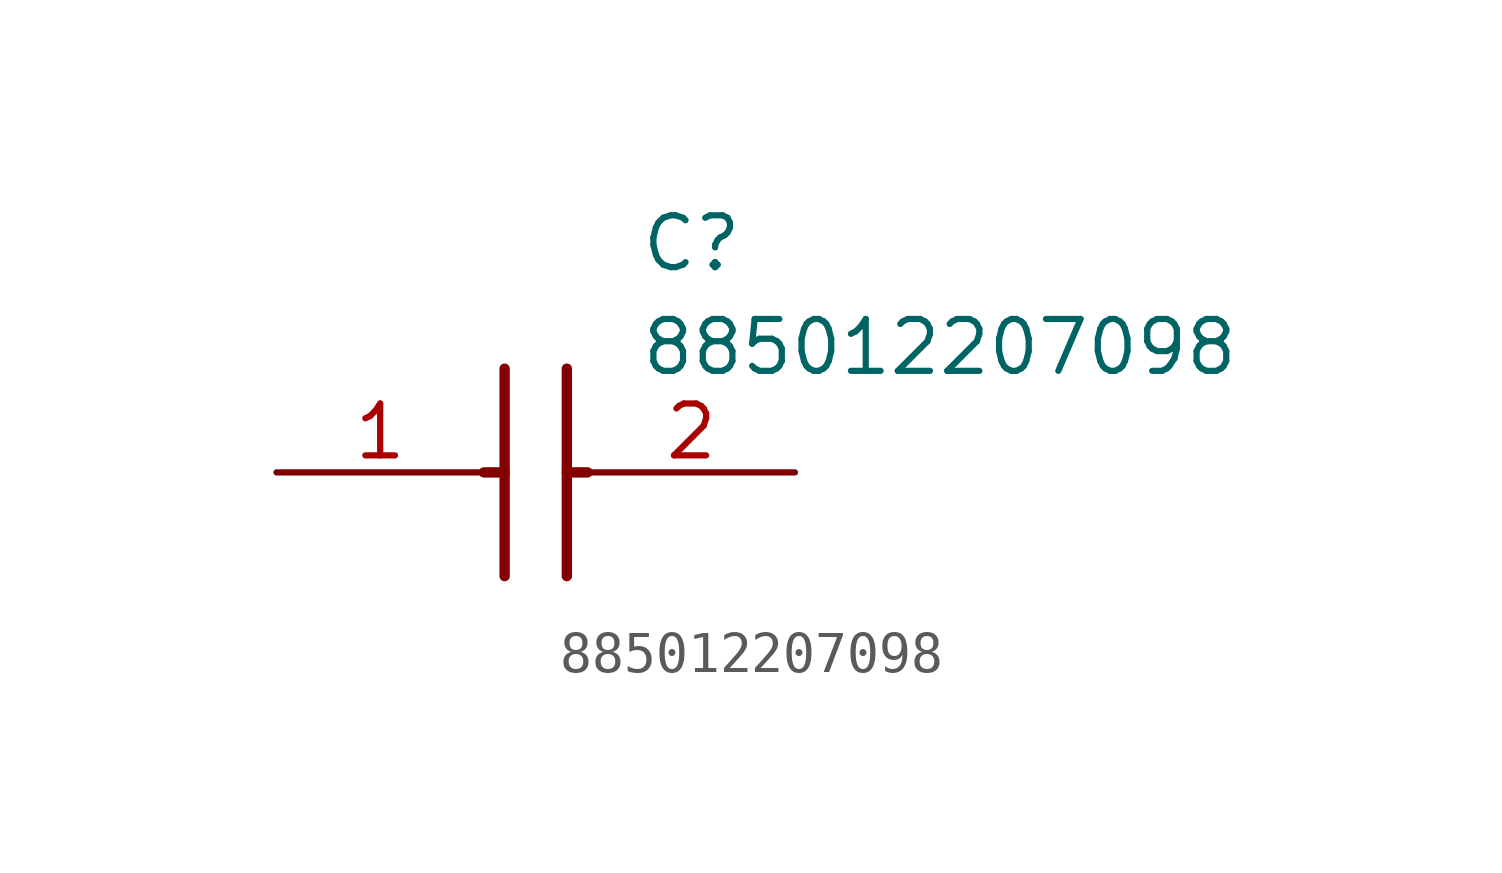
<source format=kicad_sym>
(kicad_symbol_lib
  (version 20211014)
  (generator SamacSys_ECAD_Model)
  (symbol "885012207098"
    (pin_names hide)
    (property "Reference" "C"
      (at 8.89 6.35 0)
      (effects (font (size 1.27 1.27)) (justify left top)))
    (property "Value" "885012207098"
      (at 8.89 3.81 0)
      (effects (font (size 1.27 1.27)) (justify left top)))
    (polyline
      (pts (xy 5.588 2.54) (xy 5.588 -2.54))
      (stroke (width 0.254) (type default))
      (fill (type none)))
    (polyline
      (pts (xy 7.112 2.54) (xy 7.112 -2.54))
      (stroke (width 0.254) (type default))
      (fill (type none)))
    (polyline
      (pts (xy 5.08 0) (xy 5.588 0))
      (stroke (width 0.254) (type default))
      (fill (type none)))
    (polyline
      (pts (xy 7.112 0) (xy 7.62 0))
      (stroke (width 0.254) (type default))
      (fill (type none)))
    (pin passive line
      (at 0 0 0)
      (length 5.08)
      (name "1" (effects (font (size 1.27 1.27))))
      (number "1" (effects (font (size 1.27 1.27)))))
    (pin passive line
      (at 12.7 0 180)
      (length 5.08)
      (name "2" (effects (font (size 1.27 1.27))))
      (number "2" (effects (font (size 1.27 1.27)))))))
</source>
